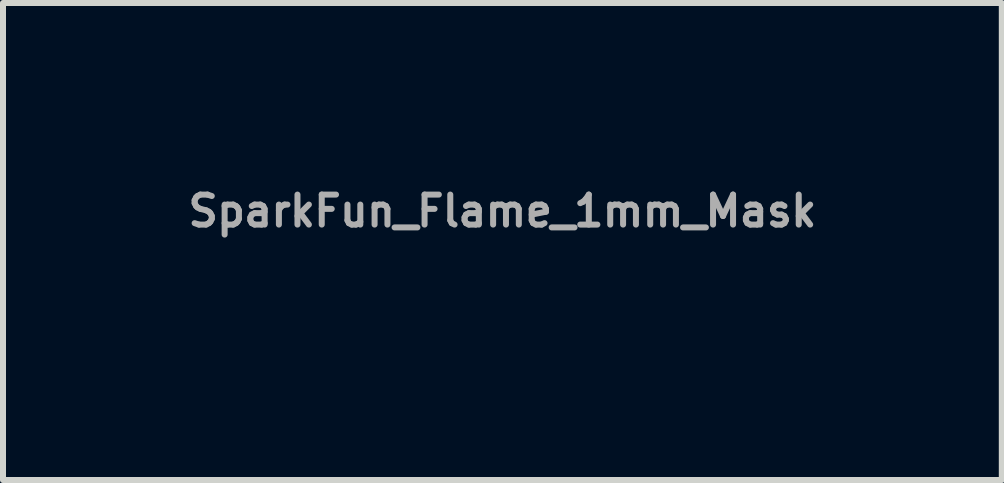
<source format=kicad_pcb>
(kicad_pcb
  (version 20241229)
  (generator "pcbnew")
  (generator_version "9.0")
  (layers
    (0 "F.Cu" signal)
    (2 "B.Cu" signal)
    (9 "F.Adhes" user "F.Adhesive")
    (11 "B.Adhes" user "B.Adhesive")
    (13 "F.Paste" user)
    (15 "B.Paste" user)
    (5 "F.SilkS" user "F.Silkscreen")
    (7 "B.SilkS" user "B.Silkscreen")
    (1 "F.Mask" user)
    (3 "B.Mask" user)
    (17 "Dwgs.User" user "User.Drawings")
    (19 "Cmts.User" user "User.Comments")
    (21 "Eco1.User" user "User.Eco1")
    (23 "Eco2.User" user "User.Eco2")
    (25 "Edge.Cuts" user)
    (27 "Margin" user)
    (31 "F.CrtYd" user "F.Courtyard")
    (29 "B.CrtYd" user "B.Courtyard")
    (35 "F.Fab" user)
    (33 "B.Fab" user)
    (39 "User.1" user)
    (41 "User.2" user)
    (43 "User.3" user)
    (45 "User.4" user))
  (footprint "SparkFun_Flame_1mm_Mask"
    (layer "F.Cu")
    (at 5.326 1.468)
    (property "Reference" "SparkFun_Flame_1mm_Mask" (at 0 -1 0) (layer "F.Fab") (effects (font (size 0.5 0.5) (thickness 0.1))))
    (attr board_only exclude_from_pos_files exclude_from_bom)
    (fp_poly (pts (xy 0.039 -0.485) (xy 0.049 -0.484) (xy 0.058 -0.483) (xy 0.067 -0.481) (xy 0.076 -0.48) (xy 0.085 -0.477) (xy 0.093 -0.475) (xy 0.101 -0.472) (xy 0.108 -0.469) (xy 0.115 -0.466) (xy 0.122 -0.462) (xy 0.134 -0.456) (xy 0.144 -0.45) (xy 0.152 -0.444) (xy 0.158 -0.44) (xy 0.163 -0.436) (xy 0.161 -0.436) (xy 0.153 -0.437) (xy 0.148 -0.438) (xy 0.142 -0.438) (xy 0.136 -0.438) (xy 0.128 -0.438) (xy 0.121 -0.438) (xy 0.113 -0.436) (xy 0.105 -0.434) (xy 0.101 -0.433) (xy 0.097 -0.432) (xy 0.093 -0.43) (xy 0.089 -0.428) (xy 0.085 -0.426) (xy 0.081 -0.424) (xy 0.077 -0.421) (xy 0.074 -0.418) (xy 0.07 -0.415) (xy 0.067 -0.411) (xy 0.062 -0.406) (xy 0.059 -0.401) (xy 0.055 -0.396) (xy 0.053 -0.391) (xy 0.052 -0.389) (xy 0.051 -0.386) (xy 0.05 -0.383) (xy 0.049 -0.38) (xy 0.048 -0.378) (xy 0.048 -0.375) (xy 0.048 -0.372) (xy 0.048 -0.369) (xy 0.048 -0.366) (xy 0.048 -0.363) (xy 0.048 -0.361) (xy 0.049 -0.358) (xy 0.05 -0.355) (xy 0.05 -0.351) (xy 0.052 -0.348) (xy 0.053 -0.345) (xy 0.054 -0.342) (xy 0.056 -0.339) (xy 0.058 -0.336) (xy 0.06 -0.332) (xy 0.062 -0.329) (xy 0.064 -0.326) (xy 0.069 -0.319) (xy 0.074 -0.313) (xy 0.08 -0.307) (xy 0.086 -0.302) (xy 0.092 -0.297) (xy 0.099 -0.292) (xy 0.105 -0.287) (xy 0.112 -0.282) (xy 0.12 -0.278) (xy 0.127 -0.274) (xy 0.134 -0.271) (xy 0.141 -0.268) (xy 0.148 -0.266) (xy 0.155 -0.264) (xy 0.159 -0.264) (xy 0.162 -0.263) (xy 0.165 -0.263) (xy 0.168 -0.263) (xy 0.171 -0.263) (xy 0.174 -0.264) (xy 0.178 -0.265) (xy 0.182 -0.266) (xy 0.185 -0.267) (xy 0.188 -0.269) (xy 0.191 -0.271) (xy 0.193 -0.273) (xy 0.195 -0.275) (xy 0.197 -0.277) (xy 0.199 -0.28) (xy 0.2 -0.283) (xy 0.202 -0.285) (xy 0.203 -0.288) (xy 0.204 -0.291) (xy 0.205 -0.294) (xy 0.205 -0.297) (xy 0.206 -0.3) (xy 0.206 -0.306) (xy 0.206 -0.311) (xy 0.206 -0.316) (xy 0.206 -0.321) (xy 0.205 -0.324) (xy 0.205 -0.327) (xy 0.204 -0.33) (xy 0.212 -0.327) (xy 0.22 -0.323) (xy 0.228 -0.318) (xy 0.236 -0.312) (xy 0.252 -0.297) (xy 0.267 -0.279) (xy 0.281 -0.258) (xy 0.293 -0.234) (xy 0.304 -0.208) (xy 0.313 -0.18) (xy 0.319 -0.15) (xy 0.321 -0.134) (xy 0.322 -0.118) (xy 0.322 -0.102) (xy 0.322 -0.085) (xy 0.321 -0.068) (xy 0.318 -0.051) (xy 0.315 -0.034) (xy 0.311 -0.017) (xy 0.306 0.001) (xy 0.299 0.018) (xy 0.292 0.036) (xy 0.283 0.053) (xy 0.273 0.071) (xy 0.262 0.088) (xy 0.249 0.106) (xy 0.236 0.122) (xy 0.221 0.138) (xy 0.206 0.153) (xy 0.191 0.166) (xy 0.174 0.179) (xy 0.157 0.191) (xy 0.139 0.201) (xy 0.12 0.21) (xy 0.1 0.218) (xy 0.079 0.224) (xy 0.058 0.229) (xy 0.036 0.233) (xy 0.013 0.235) (xy -0.011 0.236) (xy -0.036 0.235) (xy -0.042 0.235) (xy -0.049 0.235) (xy -0.055 0.235) (xy -0.061 0.236) (xy -0.067 0.237) (xy -0.072 0.238) (xy -0.078 0.239) (xy -0.083 0.241) (xy -0.088 0.243) (xy -0.093 0.245) (xy -0.098 0.248) (xy -0.103 0.251) (xy -0.113 0.257) (xy -0.123 0.265) (xy -0.132 0.273) (xy -0.142 0.282) (xy -0.152 0.292) (xy -0.162 0.303) (xy -0.208 0.354) (xy -0.231 0.379) (xy -0.252 0.402) (xy -0.271 0.425) (xy -0.288 0.444) (xy -0.302 0.461) (xy -0.313 0.474) (xy -0.322 0.485) (xy -0.322 -0.003) (xy -0.322 -0.013) (xy -0.322 -0.022) (xy -0.322 -0.031) (xy -0.321 -0.04) (xy -0.321 -0.048) (xy -0.32 -0.056) (xy -0.318 -0.064) (xy -0.317 -0.071) (xy -0.315 -0.078) (xy -0.313 -0.085) (xy -0.311 -0.091) (xy -0.309 -0.097) (xy -0.306 -0.103) (xy -0.304 -0.109) (xy -0.301 -0.114) (xy -0.298 -0.119) (xy -0.295 -0.124) (xy -0.291 -0.128) (xy -0.288 -0.132) (xy -0.284 -0.137) (xy -0.281 -0.14) (xy -0.277 -0.144) (xy -0.273 -0.147) (xy -0.269 -0.151) (xy -0.264 -0.154) (xy -0.26 -0.156) (xy -0.256 -0.159) (xy -0.251 -0.162) (xy -0.242 -0.166) (xy -0.233 -0.17) (xy -0.227 -0.172) (xy -0.222 -0.173) (xy -0.217 -0.175) (xy -0.212 -0.176) (xy -0.207 -0.177) (xy -0.202 -0.178) (xy -0.197 -0.179) (xy -0.193 -0.179) (xy -0.188 -0.18) (xy -0.183 -0.18) (xy -0.179 -0.18) (xy -0.175 -0.18) (xy -0.171 -0.18) (xy -0.167 -0.179) (xy -0.159 -0.179) (xy -0.152 -0.178) (xy -0.146 -0.177) (xy -0.141 -0.176) (xy -0.136 -0.174) (xy -0.133 -0.173) (xy -0.13 -0.172) (xy -0.128 -0.172) (xy -0.135 -0.169) (xy -0.142 -0.166) (xy -0.146 -0.163) (xy -0.15 -0.161) (xy -0.155 -0.158) (xy -0.16 -0.155) (xy -0.164 -0.152) (xy -0.168 -0.149) (xy -0.173 -0.145) (xy -0.174 -0.143) (xy -0.176 -0.141) (xy -0.178 -0.139) (xy -0.179 -0.136) (xy -0.181 -0.134) (xy -0.182 -0.132) (xy -0.183 -0.129) (xy -0.184 -0.126) (xy -0.185 -0.123) (xy -0.185 -0.12) (xy -0.186 -0.117) (xy -0.186 -0.114) (xy -0.186 -0.111) (xy -0.185 -0.108) (xy -0.185 -0.105) (xy -0.184 -0.101) (xy -0.183 -0.098) (xy -0.182 -0.095) (xy -0.181 -0.092) (xy -0.179 -0.089) (xy -0.177 -0.086) (xy -0.175 -0.082) (xy -0.173 -0.079) (xy -0.17 -0.077) (xy -0.168 -0.074) (xy -0.165 -0.071) (xy -0.162 -0.068) (xy -0.158 -0.066) (xy -0.155 -0.063) (xy -0.151 -0.061) (xy -0.147 -0.059) (xy -0.143 -0.057) (xy -0.139 -0.055) (xy -0.134 -0.053) (xy -0.129 -0.052) (xy -0.124 -0.051) (xy -0.119 -0.05) (xy -0.114 -0.049) (xy -0.106 -0.048) (xy -0.098 -0.048) (xy -0.09 -0.048) (xy -0.083 -0.049) (xy -0.076 -0.05) (xy -0.069 -0.052) (xy -0.062 -0.054) (xy -0.055 -0.057) (xy -0.049 -0.06) (xy -0.043 -0.063) (xy -0.038 -0.067) (xy -0.032 -0.071) (xy -0.028 -0.076) (xy -0.023 -0.081) (xy -0.019 -0.086) (xy -0.016 -0.091) (xy -0.013 -0.097) (xy -0.011 -0.103) (xy -0.009 -0.109) (xy -0.008 -0.115) (xy -0.007 -0.121) (xy -0.007 -0.128) (xy -0.007 -0.135) (xy -0.009 -0.142) (xy -0.011 -0.149) (xy -0.013 -0.156) (xy -0.017 -0.163) (xy -0.021 -0.17) (xy -0.026 -0.177) (xy -0.032 -0.185) (xy -0.038 -0.192) (xy -0.046 -0.199) (xy -0.062 -0.215) (xy -0.078 -0.232) (xy -0.085 -0.24) (xy -0.091 -0.248) (xy -0.097 -0.256) (xy -0.103 -0.265) (xy -0.108 -0.273) (xy -0.113 -0.281) (xy -0.117 -0.29) (xy -0.12 -0.298) (xy -0.124 -0.306) (xy -0.126 -0.315) (xy -0.128 -0.323) (xy -0.13 -0.331) (xy -0.13 -0.34) (xy -0.131 -0.348) (xy -0.13 -0.356) (xy -0.129 -0.364) (xy -0.128 -0.372) (xy -0.126 -0.38) (xy -0.123 -0.388) (xy -0.119 -0.395) (xy -0.115 -0.403) (xy -0.11 -0.411) (xy -0.104 -0.418) (xy -0.098 -0.425) (xy -0.091 -0.433) (xy -0.083 -0.44) (xy -0.075 -0.447) (xy -0.065 -0.453) (xy -0.054 -0.46) (xy -0.044 -0.466) (xy -0.033 -0.471) (xy -0.022 -0.476) (xy -0.011 -0.479) (xy -0.001 -0.482) (xy 0.009 -0.483) (xy 0.02 -0.485) (xy 0.03 -0.485)) (stroke (width -0.000001) (type solid)) (fill yes) (layer "F.Mask")))
  (gr_rect
    (start -3 -3)
    (end 13.652 4.953)
    (stroke (width 0.1) (type default))
    (fill no)
    (layer "Edge.Cuts")))
</source>
